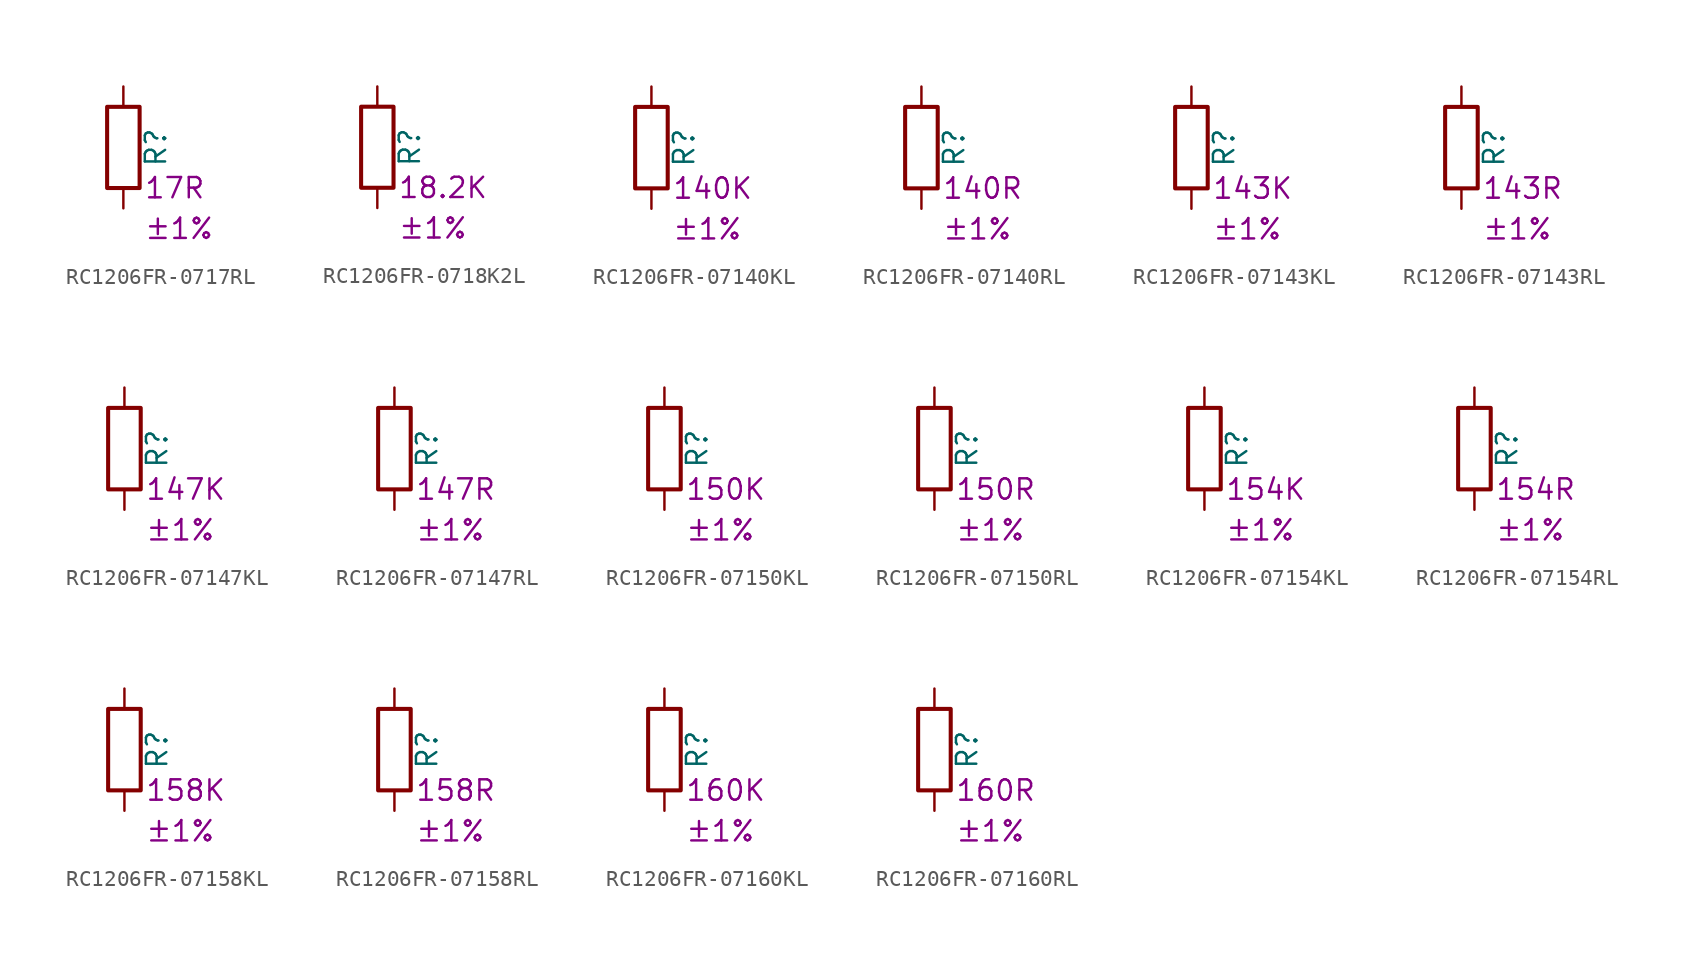
<source format=kicad_sym>
(kicad_symbol_lib
  (version 20220914)
  (generator kicad_symbol_editor)
  (symbol "RC1206FR-0717RL"
    (pin_numbers hide)
    (pin_names
      (offset 0))
    (property "Reference" "R"
      (at 2.032 0 90)
      (effects (font (size 1.27 1.27))))
    (property "Resistance" "17R"
      (at 1.27 -2.54 0)
      (effects (font (size 1.27 1.27)) (justify left)))
    (property "Tolerance" "±1%"
      (at 1.27 -5.08 0)
      (effects (font (size 1.27 1.27)) (justify left)))
    (symbol "RC1206FR-0717RL_0_1"
      (rectangle (start -1.016 -2.54) (end 1.016 2.54) (stroke (width 0.254) (type default)) (fill (type none))))
    (symbol "RC1206FR-0717RL_1_1"
      (pin passive line (at 0 3.81 270) (length 1.27) (name "~" (effects (font (size 1.27 1.27)))) (number "1" (effects (font (size 1.27 1.27)))))
      (pin passive line (at 0 -3.81 90) (length 1.27) (name "~" (effects (font (size 1.27 1.27)))) (number "2" (effects (font (size 1.27 1.27)))))))
  (symbol "RC1206FR-0718K2L"
    (pin_numbers hide)
    (pin_names
      (offset 0))
    (property "Reference" "R"
      (at 2.032 0 90)
      (effects (font (size 1.27 1.27))))
    (property "Resistance" "18.2K"
      (at 1.27 -2.54 0)
      (effects (font (size 1.27 1.27)) (justify left)))
    (property "Tolerance" "±1%"
      (at 1.27 -5.08 0)
      (effects (font (size 1.27 1.27)) (justify left)))
    (symbol "RC1206FR-0718K2L_0_1"
      (rectangle (start -1.016 -2.54) (end 1.016 2.54) (stroke (width 0.254) (type default)) (fill (type none))))
    (symbol "RC1206FR-0718K2L_1_1"
      (pin passive line (at 0 3.81 270) (length 1.27) (name "~" (effects (font (size 1.27 1.27)))) (number "1" (effects (font (size 1.27 1.27)))))
      (pin passive line (at 0 -3.81 90) (length 1.27) (name "~" (effects (font (size 1.27 1.27)))) (number "2" (effects (font (size 1.27 1.27)))))))
  (symbol "RC1206FR-07140KL"
    (pin_numbers hide)
    (pin_names
      (offset 0))
    (property "Reference" "R"
      (at 2.032 0 90)
      (effects (font (size 1.27 1.27))))
    (property "Resistance" "140K"
      (at 1.27 -2.54 0)
      (effects (font (size 1.27 1.27)) (justify left)))
    (property "Tolerance" "±1%"
      (at 1.27 -5.08 0)
      (effects (font (size 1.27 1.27)) (justify left)))
    (symbol "RC1206FR-07140KL_0_1"
      (rectangle (start -1.016 -2.54) (end 1.016 2.54) (stroke (width 0.254) (type default)) (fill (type none))))
    (symbol "RC1206FR-07140KL_1_1"
      (pin passive line (at 0 3.81 270) (length 1.27) (name "~" (effects (font (size 1.27 1.27)))) (number "1" (effects (font (size 1.27 1.27)))))
      (pin passive line (at 0 -3.81 90) (length 1.27) (name "~" (effects (font (size 1.27 1.27)))) (number "2" (effects (font (size 1.27 1.27)))))))
  (symbol "RC1206FR-07140RL"
    (pin_numbers hide)
    (pin_names
      (offset 0))
    (property "Reference" "R"
      (at 2.032 0 90)
      (effects (font (size 1.27 1.27))))
    (property "Resistance" "140R"
      (at 1.27 -2.54 0)
      (effects (font (size 1.27 1.27)) (justify left)))
    (property "Tolerance" "±1%"
      (at 1.27 -5.08 0)
      (effects (font (size 1.27 1.27)) (justify left)))
    (symbol "RC1206FR-07140RL_0_1"
      (rectangle (start -1.016 -2.54) (end 1.016 2.54) (stroke (width 0.254) (type default)) (fill (type none))))
    (symbol "RC1206FR-07140RL_1_1"
      (pin passive line (at 0 3.81 270) (length 1.27) (name "~" (effects (font (size 1.27 1.27)))) (number "1" (effects (font (size 1.27 1.27)))))
      (pin passive line (at 0 -3.81 90) (length 1.27) (name "~" (effects (font (size 1.27 1.27)))) (number "2" (effects (font (size 1.27 1.27)))))))
  (symbol "RC1206FR-07143KL"
    (pin_numbers hide)
    (pin_names
      (offset 0))
    (property "Reference" "R"
      (at 2.032 0 90)
      (effects (font (size 1.27 1.27))))
    (property "Resistance" "143K"
      (at 1.27 -2.54 0)
      (effects (font (size 1.27 1.27)) (justify left)))
    (property "Tolerance" "±1%"
      (at 1.27 -5.08 0)
      (effects (font (size 1.27 1.27)) (justify left)))
    (symbol "RC1206FR-07143KL_0_1"
      (rectangle (start -1.016 -2.54) (end 1.016 2.54) (stroke (width 0.254) (type default)) (fill (type none))))
    (symbol "RC1206FR-07143KL_1_1"
      (pin passive line (at 0 3.81 270) (length 1.27) (name "~" (effects (font (size 1.27 1.27)))) (number "1" (effects (font (size 1.27 1.27)))))
      (pin passive line (at 0 -3.81 90) (length 1.27) (name "~" (effects (font (size 1.27 1.27)))) (number "2" (effects (font (size 1.27 1.27)))))))
  (symbol "RC1206FR-07143RL"
    (pin_numbers hide)
    (pin_names
      (offset 0))
    (property "Reference" "R"
      (at 2.032 0 90)
      (effects (font (size 1.27 1.27))))
    (property "Resistance" "143R"
      (at 1.27 -2.54 0)
      (effects (font (size 1.27 1.27)) (justify left)))
    (property "Tolerance" "±1%"
      (at 1.27 -5.08 0)
      (effects (font (size 1.27 1.27)) (justify left)))
    (symbol "RC1206FR-07143RL_0_1"
      (rectangle (start -1.016 -2.54) (end 1.016 2.54) (stroke (width 0.254) (type default)) (fill (type none))))
    (symbol "RC1206FR-07143RL_1_1"
      (pin passive line (at 0 3.81 270) (length 1.27) (name "~" (effects (font (size 1.27 1.27)))) (number "1" (effects (font (size 1.27 1.27)))))
      (pin passive line (at 0 -3.81 90) (length 1.27) (name "~" (effects (font (size 1.27 1.27)))) (number "2" (effects (font (size 1.27 1.27)))))))
  (symbol "RC1206FR-07147KL"
    (pin_numbers hide)
    (pin_names
      (offset 0))
    (property "Reference" "R"
      (at 2.032 0 90)
      (effects (font (size 1.27 1.27))))
    (property "Resistance" "147K"
      (at 1.27 -2.54 0)
      (effects (font (size 1.27 1.27)) (justify left)))
    (property "Tolerance" "±1%"
      (at 1.27 -5.08 0)
      (effects (font (size 1.27 1.27)) (justify left)))
    (symbol "RC1206FR-07147KL_0_1"
      (rectangle (start -1.016 -2.54) (end 1.016 2.54) (stroke (width 0.254) (type default)) (fill (type none))))
    (symbol "RC1206FR-07147KL_1_1"
      (pin passive line (at 0 3.81 270) (length 1.27) (name "~" (effects (font (size 1.27 1.27)))) (number "1" (effects (font (size 1.27 1.27)))))
      (pin passive line (at 0 -3.81 90) (length 1.27) (name "~" (effects (font (size 1.27 1.27)))) (number "2" (effects (font (size 1.27 1.27)))))))
  (symbol "RC1206FR-07147RL"
    (pin_numbers hide)
    (pin_names
      (offset 0))
    (property "Reference" "R"
      (at 2.032 0 90)
      (effects (font (size 1.27 1.27))))
    (property "Resistance" "147R"
      (at 1.27 -2.54 0)
      (effects (font (size 1.27 1.27)) (justify left)))
    (property "Tolerance" "±1%"
      (at 1.27 -5.08 0)
      (effects (font (size 1.27 1.27)) (justify left)))
    (symbol "RC1206FR-07147RL_0_1"
      (rectangle (start -1.016 -2.54) (end 1.016 2.54) (stroke (width 0.254) (type default)) (fill (type none))))
    (symbol "RC1206FR-07147RL_1_1"
      (pin passive line (at 0 3.81 270) (length 1.27) (name "~" (effects (font (size 1.27 1.27)))) (number "1" (effects (font (size 1.27 1.27)))))
      (pin passive line (at 0 -3.81 90) (length 1.27) (name "~" (effects (font (size 1.27 1.27)))) (number "2" (effects (font (size 1.27 1.27)))))))
  (symbol "RC1206FR-07150KL"
    (pin_numbers hide)
    (pin_names
      (offset 0))
    (property "Reference" "R"
      (at 2.032 0 90)
      (effects (font (size 1.27 1.27))))
    (property "Resistance" "150K"
      (at 1.27 -2.54 0)
      (effects (font (size 1.27 1.27)) (justify left)))
    (property "Tolerance" "±1%"
      (at 1.27 -5.08 0)
      (effects (font (size 1.27 1.27)) (justify left)))
    (symbol "RC1206FR-07150KL_0_1"
      (rectangle (start -1.016 -2.54) (end 1.016 2.54) (stroke (width 0.254) (type default)) (fill (type none))))
    (symbol "RC1206FR-07150KL_1_1"
      (pin passive line (at 0 3.81 270) (length 1.27) (name "~" (effects (font (size 1.27 1.27)))) (number "1" (effects (font (size 1.27 1.27)))))
      (pin passive line (at 0 -3.81 90) (length 1.27) (name "~" (effects (font (size 1.27 1.27)))) (number "2" (effects (font (size 1.27 1.27)))))))
  (symbol "RC1206FR-07150RL"
    (pin_numbers hide)
    (pin_names
      (offset 0))
    (property "Reference" "R"
      (at 2.032 0 90)
      (effects (font (size 1.27 1.27))))
    (property "Resistance" "150R"
      (at 1.27 -2.54 0)
      (effects (font (size 1.27 1.27)) (justify left)))
    (property "Tolerance" "±1%"
      (at 1.27 -5.08 0)
      (effects (font (size 1.27 1.27)) (justify left)))
    (symbol "RC1206FR-07150RL_0_1"
      (rectangle (start -1.016 -2.54) (end 1.016 2.54) (stroke (width 0.254) (type default)) (fill (type none))))
    (symbol "RC1206FR-07150RL_1_1"
      (pin passive line (at 0 3.81 270) (length 1.27) (name "~" (effects (font (size 1.27 1.27)))) (number "1" (effects (font (size 1.27 1.27)))))
      (pin passive line (at 0 -3.81 90) (length 1.27) (name "~" (effects (font (size 1.27 1.27)))) (number "2" (effects (font (size 1.27 1.27)))))))
  (symbol "RC1206FR-07154KL"
    (pin_numbers hide)
    (pin_names
      (offset 0))
    (property "Reference" "R"
      (at 2.032 0 90)
      (effects (font (size 1.27 1.27))))
    (property "Resistance" "154K"
      (at 1.27 -2.54 0)
      (effects (font (size 1.27 1.27)) (justify left)))
    (property "Tolerance" "±1%"
      (at 1.27 -5.08 0)
      (effects (font (size 1.27 1.27)) (justify left)))
    (symbol "RC1206FR-07154KL_0_1"
      (rectangle (start -1.016 -2.54) (end 1.016 2.54) (stroke (width 0.254) (type default)) (fill (type none))))
    (symbol "RC1206FR-07154KL_1_1"
      (pin passive line (at 0 3.81 270) (length 1.27) (name "~" (effects (font (size 1.27 1.27)))) (number "1" (effects (font (size 1.27 1.27)))))
      (pin passive line (at 0 -3.81 90) (length 1.27) (name "~" (effects (font (size 1.27 1.27)))) (number "2" (effects (font (size 1.27 1.27)))))))
  (symbol "RC1206FR-07154RL"
    (pin_numbers hide)
    (pin_names
      (offset 0))
    (property "Reference" "R"
      (at 2.032 0 90)
      (effects (font (size 1.27 1.27))))
    (property "Resistance" "154R"
      (at 1.27 -2.54 0)
      (effects (font (size 1.27 1.27)) (justify left)))
    (property "Tolerance" "±1%"
      (at 1.27 -5.08 0)
      (effects (font (size 1.27 1.27)) (justify left)))
    (symbol "RC1206FR-07154RL_0_1"
      (rectangle (start -1.016 -2.54) (end 1.016 2.54) (stroke (width 0.254) (type default)) (fill (type none))))
    (symbol "RC1206FR-07154RL_1_1"
      (pin passive line (at 0 3.81 270) (length 1.27) (name "~" (effects (font (size 1.27 1.27)))) (number "1" (effects (font (size 1.27 1.27)))))
      (pin passive line (at 0 -3.81 90) (length 1.27) (name "~" (effects (font (size 1.27 1.27)))) (number "2" (effects (font (size 1.27 1.27)))))))
  (symbol "RC1206FR-07158KL"
    (pin_numbers hide)
    (pin_names
      (offset 0))
    (property "Reference" "R"
      (at 2.032 0 90)
      (effects (font (size 1.27 1.27))))
    (property "Resistance" "158K"
      (at 1.27 -2.54 0)
      (effects (font (size 1.27 1.27)) (justify left)))
    (property "Tolerance" "±1%"
      (at 1.27 -5.08 0)
      (effects (font (size 1.27 1.27)) (justify left)))
    (symbol "RC1206FR-07158KL_0_1"
      (rectangle (start -1.016 -2.54) (end 1.016 2.54) (stroke (width 0.254) (type default)) (fill (type none))))
    (symbol "RC1206FR-07158KL_1_1"
      (pin passive line (at 0 3.81 270) (length 1.27) (name "~" (effects (font (size 1.27 1.27)))) (number "1" (effects (font (size 1.27 1.27)))))
      (pin passive line (at 0 -3.81 90) (length 1.27) (name "~" (effects (font (size 1.27 1.27)))) (number "2" (effects (font (size 1.27 1.27)))))))
  (symbol "RC1206FR-07158RL"
    (pin_numbers hide)
    (pin_names
      (offset 0))
    (property "Reference" "R"
      (at 2.032 0 90)
      (effects (font (size 1.27 1.27))))
    (property "Resistance" "158R"
      (at 1.27 -2.54 0)
      (effects (font (size 1.27 1.27)) (justify left)))
    (property "Tolerance" "±1%"
      (at 1.27 -5.08 0)
      (effects (font (size 1.27 1.27)) (justify left)))
    (symbol "RC1206FR-07158RL_0_1"
      (rectangle (start -1.016 -2.54) (end 1.016 2.54) (stroke (width 0.254) (type default)) (fill (type none))))
    (symbol "RC1206FR-07158RL_1_1"
      (pin passive line (at 0 3.81 270) (length 1.27) (name "~" (effects (font (size 1.27 1.27)))) (number "1" (effects (font (size 1.27 1.27)))))
      (pin passive line (at 0 -3.81 90) (length 1.27) (name "~" (effects (font (size 1.27 1.27)))) (number "2" (effects (font (size 1.27 1.27)))))))
  (symbol "RC1206FR-07160KL"
    (pin_numbers hide)
    (pin_names
      (offset 0))
    (property "Reference" "R"
      (at 2.032 0 90)
      (effects (font (size 1.27 1.27))))
    (property "Resistance" "160K"
      (at 1.27 -2.54 0)
      (effects (font (size 1.27 1.27)) (justify left)))
    (property "Tolerance" "±1%"
      (at 1.27 -5.08 0)
      (effects (font (size 1.27 1.27)) (justify left)))
    (symbol "RC1206FR-07160KL_0_1"
      (rectangle (start -1.016 -2.54) (end 1.016 2.54) (stroke (width 0.254) (type default)) (fill (type none))))
    (symbol "RC1206FR-07160KL_1_1"
      (pin passive line (at 0 3.81 270) (length 1.27) (name "~" (effects (font (size 1.27 1.27)))) (number "1" (effects (font (size 1.27 1.27)))))
      (pin passive line (at 0 -3.81 90) (length 1.27) (name "~" (effects (font (size 1.27 1.27)))) (number "2" (effects (font (size 1.27 1.27)))))))
  (symbol "RC1206FR-07160RL"
    (pin_numbers hide)
    (pin_names
      (offset 0))
    (property "Reference" "R"
      (at 2.032 0 90)
      (effects (font (size 1.27 1.27))))
    (property "Resistance" "160R"
      (at 1.27 -2.54 0)
      (effects (font (size 1.27 1.27)) (justify left)))
    (property "Tolerance" "±1%"
      (at 1.27 -5.08 0)
      (effects (font (size 1.27 1.27)) (justify left)))
    (symbol "RC1206FR-07160RL_0_1"
      (rectangle (start -1.016 -2.54) (end 1.016 2.54) (stroke (width 0.254) (type default)) (fill (type none))))
    (symbol "RC1206FR-07160RL_1_1"
      (pin passive line (at 0 3.81 270) (length 1.27) (name "~" (effects (font (size 1.27 1.27)))) (number "1" (effects (font (size 1.27 1.27)))))
      (pin passive line (at 0 -3.81 90) (length 1.27) (name "~" (effects (font (size 1.27 1.27)))) (number "2" (effects (font (size 1.27 1.27))))))))
</source>
